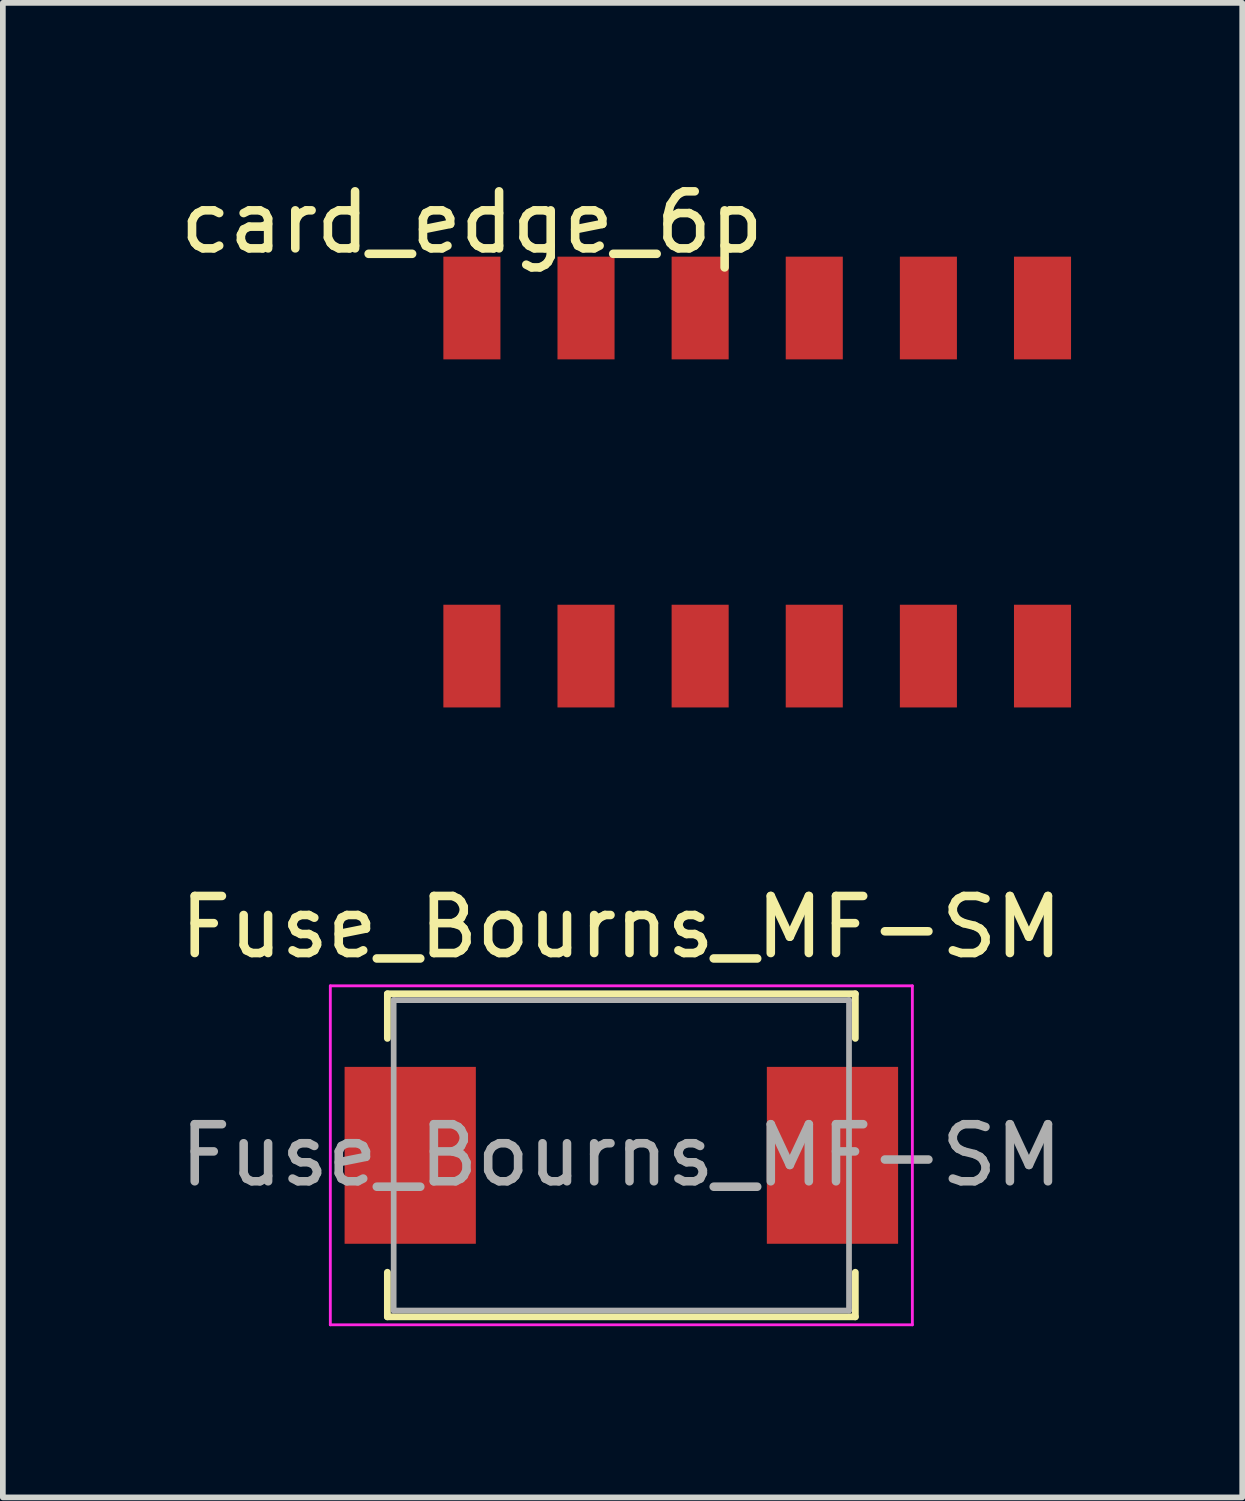
<source format=kicad_pcb>
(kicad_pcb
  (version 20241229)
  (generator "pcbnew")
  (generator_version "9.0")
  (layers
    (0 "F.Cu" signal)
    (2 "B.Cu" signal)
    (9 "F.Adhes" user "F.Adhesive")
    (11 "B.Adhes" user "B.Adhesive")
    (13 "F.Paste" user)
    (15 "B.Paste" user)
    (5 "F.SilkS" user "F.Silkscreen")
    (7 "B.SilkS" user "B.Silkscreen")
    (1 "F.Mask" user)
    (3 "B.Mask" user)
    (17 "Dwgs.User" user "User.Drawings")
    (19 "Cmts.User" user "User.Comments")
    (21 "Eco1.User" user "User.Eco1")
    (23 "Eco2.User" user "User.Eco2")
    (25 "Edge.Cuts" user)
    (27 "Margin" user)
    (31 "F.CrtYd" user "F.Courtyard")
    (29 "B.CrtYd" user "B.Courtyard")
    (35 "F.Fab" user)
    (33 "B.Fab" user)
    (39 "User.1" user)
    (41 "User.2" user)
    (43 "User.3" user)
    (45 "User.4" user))
  (footprint "Fuse_Bourns_MF-SM"
    (layer "F.Cu")
    (at 7.839 17.197)
    (property "Reference" "Fuse_Bourns_MF-SM" (at 0 -4 0) (layer "F.SilkS") (effects (font (size 1 1) (thickness 0.15))))
    (attr smd)
    (fp_line (start -4.1 -2.83) (end -4.1 -2.05) (stroke (width 0.12) (type solid)) (layer "F.SilkS"))
    (fp_line (start -4.1 -2.83) (end 4.1 -2.83) (stroke (width 0.12) (type solid)) (layer "F.SilkS"))
    (fp_line (start -4.1 2.83) (end -4.1 2.05) (stroke (width 0.12) (type solid)) (layer "F.SilkS"))
    (fp_line (start -4.1 2.83) (end 4.1 2.83) (stroke (width 0.12) (type solid)) (layer "F.SilkS"))
    (fp_line (start 4.1 -2.83) (end 4.1 -2.05) (stroke (width 0.12) (type solid)) (layer "F.SilkS"))
    (fp_line (start 4.1 2.83) (end 4.1 2.05) (stroke (width 0.12) (type solid)) (layer "F.SilkS"))
    (fp_line (start -5.1 -2.97) (end 5.1 -2.97) (stroke (width 0.05) (type solid)) (layer "F.CrtYd"))
    (fp_line (start -5.1 2.97) (end -5.1 -2.97) (stroke (width 0.05) (type solid)) (layer "F.CrtYd"))
    (fp_line (start 5.1 -2.97) (end 5.1 2.97) (stroke (width 0.05) (type solid)) (layer "F.CrtYd"))
    (fp_line (start 5.1 2.97) (end -5.1 2.97) (stroke (width 0.05) (type solid)) (layer "F.CrtYd"))
    (fp_line (start -3.99 -2.72) (end 3.99 -2.72) (stroke (width 0.1) (type solid)) (layer "F.Fab"))
    (fp_line (start -3.99 2.72) (end -3.99 -2.72) (stroke (width 0.1) (type solid)) (layer "F.Fab"))
    (fp_line (start 3.99 -2.72) (end 3.99 2.72) (stroke (width 0.1) (type solid)) (layer "F.Fab"))
    (fp_line (start 3.99 2.72) (end -3.99 2.72) (stroke (width 0.1) (type solid)) (layer "F.Fab"))
    (fp_text user "${REFERENCE}" (at 0 0 0) (layer "F.Fab") (effects (font (size 1 1) (thickness 0.15))))
    (pad "1" smd rect (at -3.7 0) (size 2.3 3.1) (layers "F.Cu" "F.Mask" "F.Paste"))
    (pad "2" smd rect (at 3.7 0) (size 2.3 3.1) (layers "F.Cu" "F.Mask" "F.Paste")))
  (footprint "card_edge_6p"
    (layer "F.Cu")
    (at 5.22 2.348)
    (property "Reference" "card_edge_6p" (at 0 -1.5 0) (layer "F.SilkS") (effects (font (size 1 1) (thickness 0.15))))
    (attr through_hole)
    (pad "1" smd rect (at 0 0) (size 1 1.8) (layers "F.Cu" "F.Mask" "F.Paste"))
    (pad "1" smd rect (at 0 6.1) (size 1 1.8) (layers "F.Cu" "F.Mask" "F.Paste"))
    (pad "2" smd rect (at 2 0) (size 1 1.8) (layers "F.Cu" "F.Mask" "F.Paste"))
    (pad "2" smd rect (at 2 6.1) (size 1 1.8) (layers "F.Cu" "F.Mask" "F.Paste"))
    (pad "3" smd rect (at 4 0) (size 1 1.8) (layers "F.Cu" "F.Mask" "F.Paste"))
    (pad "3" smd rect (at 4 6.1) (size 1 1.8) (layers "F.Cu" "F.Mask" "F.Paste"))
    (pad "4" smd rect (at 6 0) (size 1 1.8) (layers "F.Cu" "F.Mask" "F.Paste"))
    (pad "4" smd rect (at 6 6.1) (size 1 1.8) (layers "F.Cu" "F.Mask" "F.Paste"))
    (pad "5" smd rect (at 8 0) (size 1 1.8) (layers "F.Cu" "F.Mask" "F.Paste"))
    (pad "5" smd rect (at 8 6.1) (size 1 1.8) (layers "F.Cu" "F.Mask" "F.Paste"))
    (pad "6" smd rect (at 10 0) (size 1 1.8) (layers "F.Cu" "F.Mask" "F.Paste"))
    (pad "6" smd rect (at 10 6.1) (size 1 1.8) (layers "F.Cu" "F.Mask" "F.Paste")))
  (gr_rect
    (start -3 -3)
    (end 18.72 23.192)
    (stroke (width 0.1) (type default))
    (fill no)
    (layer "Edge.Cuts")))
</source>
